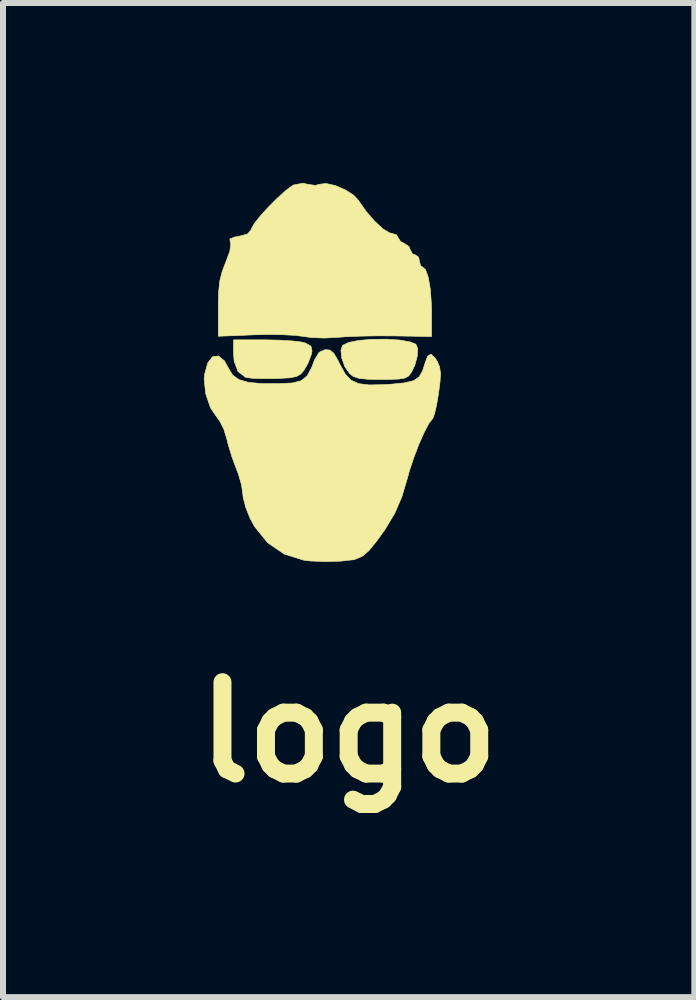
<source format=kicad_pcb>
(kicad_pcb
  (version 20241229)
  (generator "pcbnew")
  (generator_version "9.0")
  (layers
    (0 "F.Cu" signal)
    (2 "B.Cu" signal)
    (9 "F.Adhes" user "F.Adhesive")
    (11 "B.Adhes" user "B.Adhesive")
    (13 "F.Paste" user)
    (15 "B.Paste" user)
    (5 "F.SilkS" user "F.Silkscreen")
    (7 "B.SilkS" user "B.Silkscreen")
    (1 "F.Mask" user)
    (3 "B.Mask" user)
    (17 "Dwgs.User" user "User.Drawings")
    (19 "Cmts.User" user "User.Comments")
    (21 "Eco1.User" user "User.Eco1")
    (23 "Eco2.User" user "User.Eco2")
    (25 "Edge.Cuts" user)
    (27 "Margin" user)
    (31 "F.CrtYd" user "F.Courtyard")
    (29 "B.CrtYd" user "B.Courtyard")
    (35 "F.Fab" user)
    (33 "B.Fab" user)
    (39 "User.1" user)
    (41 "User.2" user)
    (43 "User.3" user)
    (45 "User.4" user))
  (footprint "logo"
    (layer "F.Cu")
    (at 2.39 3.437)
    (property "Reference" "logo" (at 0.375 5.725 0) (layer "F.SilkS") (effects (font (size 1.524 1.524) (thickness 0.3))))
    (attr through_hole)
    (fp_poly (pts (xy -0.778 -0.814) (xy -0.566 -0.801) (xy -0.409 -0.782) (xy -0.349 -0.767) (xy -0.254 -0.714) (xy -0.236 -0.633) (xy -0.247 -0.577) (xy -0.303 -0.429) (xy -0.371 -0.311) (xy -0.428 -0.246) (xy -0.498 -0.207) (xy -0.608 -0.186) (xy -0.786 -0.176) (xy -0.864 -0.174) (xy -1.065 -0.173) (xy -1.231 -0.178) (xy -1.332 -0.19) (xy -1.342 -0.192) (xy -1.47 -0.29) (xy -1.535 -0.465) (xy -1.545 -0.6) (xy -1.545 -0.819) (xy -1.015 -0.819) (xy -0.778 -0.814)) (stroke (width 0.01) (type solid)) (fill yes) (layer "F.SilkS"))
    (fp_poly (pts (xy 1.223 -0.816) (xy 1.403 -0.784) (xy 1.495 -0.747) (xy 1.526 -0.675) (xy 1.519 -0.547) (xy 1.479 -0.397) (xy 1.419 -0.273) (xy 1.375 -0.216) (xy 1.313 -0.182) (xy 1.209 -0.165) (xy 1.04 -0.159) (xy 0.918 -0.158) (xy 0.694 -0.162) (xy 0.547 -0.177) (xy 0.453 -0.208) (xy 0.391 -0.255) (xy 0.311 -0.372) (xy 0.26 -0.516) (xy 0.246 -0.649) (xy 0.274 -0.727) (xy 0.376 -0.776) (xy 0.55 -0.81) (xy 0.769 -0.828) (xy 1.002 -0.83) (xy 1.223 -0.816)) (stroke (width 0.01) (type solid)) (fill yes) (layer "F.SilkS"))
    (fp_poly (pts (xy -0.314 -3.414) (xy -0.18 -3.395) (xy -0.113 -3.414) (xy -0.003 -3.427) (xy 0.153 -3.392) (xy 0.318 -3.321) (xy 0.46 -3.23) (xy 0.533 -3.152) (xy 0.665 -2.963) (xy 0.81 -2.796) (xy 0.948 -2.669) (xy 1.059 -2.602) (xy 1.089 -2.597) (xy 1.175 -2.569) (xy 1.198 -2.526) (xy 1.241 -2.458) (xy 1.3 -2.429) (xy 1.382 -2.374) (xy 1.401 -2.322) (xy 1.44 -2.252) (xy 1.478 -2.241) (xy 1.54 -2.199) (xy 1.554 -2.139) (xy 1.573 -2.057) (xy 1.6 -2.038) (xy 1.657 -1.99) (xy 1.704 -1.857) (xy 1.738 -1.656) (xy 1.755 -1.402) (xy 1.757 -1.296) (xy 1.757 -0.874) (xy 1.135 -0.885) (xy 0.854 -0.886) (xy 0.574 -0.881) (xy 0.33 -0.871) (xy 0.182 -0.86) (xy -0.035 -0.849) (xy -0.251 -0.858) (xy -0.377 -0.876) (xy -0.521 -0.894) (xy -0.736 -0.905) (xy -0.989 -0.908) (xy -1.202 -0.903) (xy -1.799 -0.879) (xy -1.799 -1.355) (xy -1.794 -1.611) (xy -1.775 -1.8) (xy -1.735 -1.959) (xy -1.678 -2.106) (xy -1.607 -2.296) (xy -1.591 -2.421) (xy -1.6 -2.45) (xy -1.606 -2.501) (xy -1.534 -2.532) (xy -1.455 -2.546) (xy -1.313 -2.584) (xy -1.251 -2.656) (xy -1.248 -2.671) (xy -1.202 -2.754) (xy -1.101 -2.882) (xy -0.965 -3.032) (xy -0.815 -3.182) (xy -0.673 -3.31) (xy -0.559 -3.394) (xy -0.545 -3.402) (xy -0.385 -3.432) (xy -0.314 -3.414)) (stroke (width 0.01) (type solid)) (fill yes) (layer "F.SilkS"))
    (fp_poly (pts (xy 0.061 -0.649) (xy 0.126 -0.596) (xy 0.197 -0.475) (xy 0.233 -0.402) (xy 0.318 -0.249) (xy 0.413 -0.147) (xy 0.539 -0.089) (xy 0.717 -0.067) (xy 0.968 -0.072) (xy 1.069 -0.078) (xy 1.302 -0.101) (xy 1.456 -0.137) (xy 1.551 -0.202) (xy 1.61 -0.306) (xy 1.642 -0.412) (xy 1.691 -0.547) (xy 1.747 -0.581) (xy 1.817 -0.516) (xy 1.855 -0.454) (xy 1.892 -0.366) (xy 1.907 -0.261) (xy 1.898 -0.11) (xy 1.874 0.073) (xy 1.842 0.263) (xy 1.808 0.411) (xy 1.779 0.491) (xy 1.774 0.496) (xy 1.713 0.575) (xy 1.633 0.727) (xy 1.545 0.926) (xy 1.46 1.149) (xy 1.387 1.369) (xy 1.357 1.48) (xy 1.262 1.799) (xy 1.144 2.073) (xy 0.981 2.344) (xy 0.845 2.534) (xy 0.712 2.697) (xy 0.6 2.792) (xy 0.485 2.84) (xy 0.447 2.849) (xy 0.237 2.872) (xy -0.018 2.879) (xy -0.263 2.869) (xy -0.377 2.855) (xy -0.702 2.753) (xy -0.977 2.564) (xy -1.196 2.293) (xy -1.271 2.153) (xy -1.341 1.978) (xy -1.384 1.81) (xy -1.392 1.738) (xy -1.413 1.595) (xy -1.465 1.417) (xy -1.497 1.334) (xy -1.573 1.13) (xy -1.639 0.91) (xy -1.655 0.842) (xy -1.706 0.673) (xy -1.776 0.534) (xy -1.808 0.493) (xy -1.929 0.315) (xy -2.009 0.082) (xy -2.035 -0.16) (xy -2.028 -0.243) (xy -1.975 -0.434) (xy -1.894 -0.538) (xy -1.797 -0.55) (xy -1.697 -0.469) (xy -1.627 -0.341) (xy -1.56 -0.232) (xy -1.458 -0.157) (xy -1.303 -0.111) (xy -1.08 -0.09) (xy -0.785 -0.089) (xy -0.562 -0.1) (xy -0.415 -0.138) (xy -0.317 -0.218) (xy -0.241 -0.359) (xy -0.195 -0.483) (xy -0.117 -0.612) (xy -0.017 -0.655) (xy 0.061 -0.649)) (stroke (width 0.01) (type solid)) (fill yes) (layer "F.SilkS")))
  (gr_rect
    (start -3 -3)
    (end 8.53 13.58)
    (stroke (width 0.1) (type default))
    (fill no)
    (layer "Edge.Cuts")))
</source>
